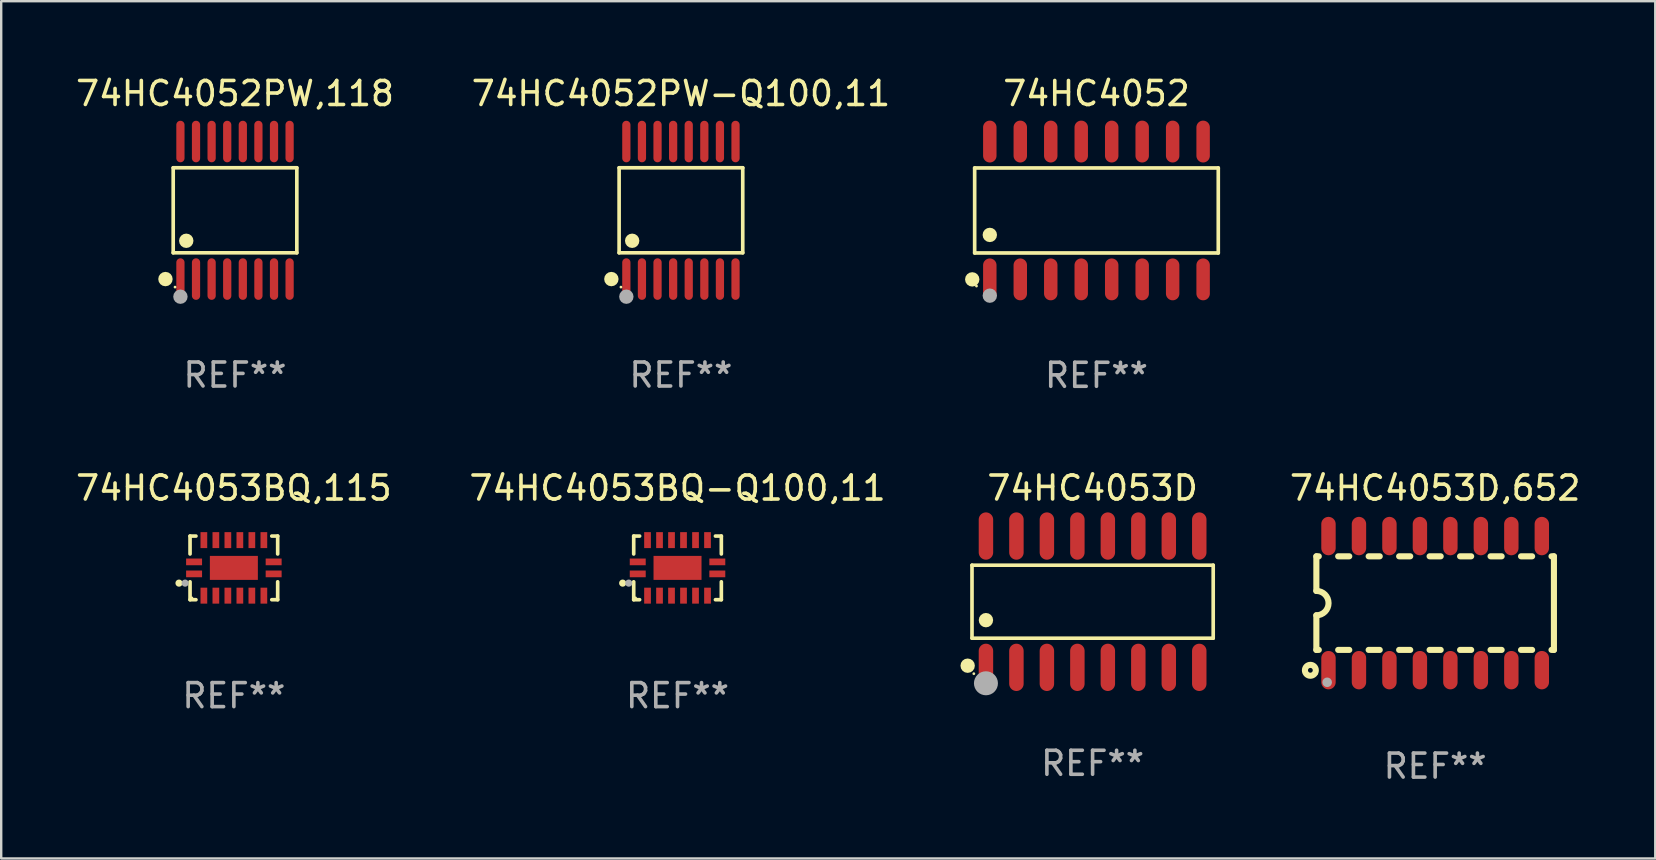
<source format=kicad_pcb>
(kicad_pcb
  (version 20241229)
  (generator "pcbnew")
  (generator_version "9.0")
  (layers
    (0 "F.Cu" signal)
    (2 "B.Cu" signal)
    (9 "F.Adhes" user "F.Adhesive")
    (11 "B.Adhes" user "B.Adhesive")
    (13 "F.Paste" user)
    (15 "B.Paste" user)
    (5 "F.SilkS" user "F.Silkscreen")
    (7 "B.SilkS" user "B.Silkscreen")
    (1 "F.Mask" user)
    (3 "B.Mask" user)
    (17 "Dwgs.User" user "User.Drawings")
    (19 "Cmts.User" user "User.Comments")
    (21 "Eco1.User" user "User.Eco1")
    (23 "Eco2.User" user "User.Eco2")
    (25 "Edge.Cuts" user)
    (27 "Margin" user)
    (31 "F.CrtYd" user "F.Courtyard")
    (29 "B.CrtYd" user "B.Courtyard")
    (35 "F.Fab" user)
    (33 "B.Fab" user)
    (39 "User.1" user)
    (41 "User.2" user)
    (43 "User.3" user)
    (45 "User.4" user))
  (footprint "74HC4052"
    (layer "F.Cu")
    (at 42.644 5.721)
    (property "Reference" "74HC4052" (at 0 -4.872 0) (layer "F.SilkS") (effects (font (size 1 1) (thickness 0.15))))
    (attr through_hole)
    (fp_line (start -5.076 -1.771) (end 5.076 -1.771) (stroke (width 0.152) (type solid)) (layer "F.SilkS"))
    (fp_line (start -5.076 1.771) (end -5.076 -1.771) (stroke (width 0.152) (type solid)) (layer "F.SilkS"))
    (fp_line (start 5.076 -1.771) (end 5.076 1.771) (stroke (width 0.152) (type solid)) (layer "F.SilkS"))
    (fp_line (start 5.076 1.771) (end -5.076 1.771) (stroke (width 0.152) (type solid)) (layer "F.SilkS"))
    (fp_circle (center -5.177 2.872) (end -5.027 2.872) (stroke (width 0.3) (type solid)) (fill no) (layer "F.SilkS"))
    (fp_circle (center -5 3.15) (end -4.97 3.15) (stroke (width 0.06) (type solid)) (fill no) (layer "F.SilkS"))
    (fp_circle (center -4.445 1.019) (end -4.295 1.019) (stroke (width 0.3) (type solid)) (fill no) (layer "F.SilkS"))
    (fp_circle (center -4.445 3.55) (end -4.295 3.55) (stroke (width 0.3) (type solid)) (fill no) (layer "F.Fab"))
    (fp_text user "REF**" (at 0 6.872 0) (layer "F.Fab") (effects (font (size 1 1) (thickness 0.15))))
    (pad "1" smd oval (at -4.445 2.872) (size 0.56 1.745) (layers "F.Cu" "F.Mask" "F.Paste"))
    (pad "2" smd oval (at -3.175 2.872) (size 0.56 1.745) (layers "F.Cu" "F.Mask" "F.Paste"))
    (pad "3" smd oval (at -1.905 2.872) (size 0.56 1.745) (layers "F.Cu" "F.Mask" "F.Paste"))
    (pad "4" smd oval (at -0.635 2.872) (size 0.56 1.745) (layers "F.Cu" "F.Mask" "F.Paste"))
    (pad "5" smd oval (at 0.635 2.872) (size 0.56 1.745) (layers "F.Cu" "F.Mask" "F.Paste"))
    (pad "6" smd oval (at 1.905 2.872) (size 0.56 1.745) (layers "F.Cu" "F.Mask" "F.Paste"))
    (pad "7" smd oval (at 3.175 2.872) (size 0.56 1.745) (layers "F.Cu" "F.Mask" "F.Paste"))
    (pad "8" smd oval (at 4.445 2.872) (size 0.56 1.745) (layers "F.Cu" "F.Mask" "F.Paste"))
    (pad "9" smd oval (at 4.445 -2.872) (size 0.56 1.745) (layers "F.Cu" "F.Mask" "F.Paste"))
    (pad "10" smd oval (at 3.175 -2.872) (size 0.56 1.745) (layers "F.Cu" "F.Mask" "F.Paste"))
    (pad "11" smd oval (at 1.905 -2.872) (size 0.56 1.745) (layers "F.Cu" "F.Mask" "F.Paste"))
    (pad "12" smd oval (at 0.635 -2.872) (size 0.56 1.745) (layers "F.Cu" "F.Mask" "F.Paste"))
    (pad "13" smd oval (at -0.635 -2.872) (size 0.56 1.745) (layers "F.Cu" "F.Mask" "F.Paste"))
    (pad "14" smd oval (at -1.905 -2.872) (size 0.56 1.745) (layers "F.Cu" "F.Mask" "F.Paste"))
    (pad "15" smd oval (at -3.175 -2.872) (size 0.56 1.745) (layers "F.Cu" "F.Mask" "F.Paste"))
    (pad "16" smd oval (at -4.445 -2.872) (size 0.56 1.745) (layers "F.Cu" "F.Mask" "F.Paste")))
  (footprint "74HC4053D,652"
    (layer "F.Cu")
    (at 56.758 22.084)
    (property "Reference" "74HC4053D,652" (at 0 -4.794 0) (layer "F.SilkS") (effects (font (size 1 1) (thickness 0.15))))
    (attr through_hole)
    (fp_line (start -4.95 -1.95) (end -4.95 -0.508) (stroke (width 0.254) (type solid)) (layer "F.SilkS"))
    (fp_line (start -4.95 -1.95) (end -4.849 -1.95) (stroke (width 0.254) (type solid)) (layer "F.SilkS"))
    (fp_line (start -4.95 1.95) (end -4.95 0.508) (stroke (width 0.254) (type solid)) (layer "F.SilkS"))
    (fp_line (start -4.95 1.95) (end -4.849 1.95) (stroke (width 0.254) (type solid)) (layer "F.SilkS"))
    (fp_line (start -4.041 -1.95) (end -3.579 -1.95) (stroke (width 0.254) (type solid)) (layer "F.SilkS"))
    (fp_line (start -4.041 1.95) (end -3.579 1.95) (stroke (width 0.254) (type solid)) (layer "F.SilkS"))
    (fp_line (start -2.771 -1.95) (end -2.309 -1.95) (stroke (width 0.254) (type solid)) (layer "F.SilkS"))
    (fp_line (start -2.771 1.95) (end -2.309 1.95) (stroke (width 0.254) (type solid)) (layer "F.SilkS"))
    (fp_line (start -1.501 -1.95) (end -1.039 -1.95) (stroke (width 0.254) (type solid)) (layer "F.SilkS"))
    (fp_line (start -1.501 1.95) (end -1.039 1.95) (stroke (width 0.254) (type solid)) (layer "F.SilkS"))
    (fp_line (start -0.231 -1.95) (end 0.231 -1.95) (stroke (width 0.254) (type solid)) (layer "F.SilkS"))
    (fp_line (start -0.231 1.95) (end 0.231 1.95) (stroke (width 0.254) (type solid)) (layer "F.SilkS"))
    (fp_line (start 1.039 -1.95) (end 1.501 -1.95) (stroke (width 0.254) (type solid)) (layer "F.SilkS"))
    (fp_line (start 1.039 1.95) (end 1.501 1.95) (stroke (width 0.254) (type solid)) (layer "F.SilkS"))
    (fp_line (start 2.309 -1.95) (end 2.771 -1.95) (stroke (width 0.254) (type solid)) (layer "F.SilkS"))
    (fp_line (start 2.309 1.95) (end 2.771 1.95) (stroke (width 0.254) (type solid)) (layer "F.SilkS"))
    (fp_line (start 3.579 -1.95) (end 4.041 -1.95) (stroke (width 0.254) (type solid)) (layer "F.SilkS"))
    (fp_line (start 3.579 1.95) (end 4.041 1.95) (stroke (width 0.254) (type solid)) (layer "F.SilkS"))
    (fp_line (start 4.849 -1.95) (end 4.95 -1.95) (stroke (width 0.254) (type solid)) (layer "F.SilkS"))
    (fp_line (start 4.849 1.95) (end 4.95 1.95) (stroke (width 0.254) (type solid)) (layer "F.SilkS"))
    (fp_line (start 4.95 -1.95) (end 4.95 1.95) (stroke (width 0.254) (type solid)) (layer "F.SilkS"))
    (fp_arc (start -4.95047 -0.508001) (mid -4.442469 -0.000228) (end -4.950013 0.508001) (stroke (width 0.254001) (type solid)) (layer "F.SilkS"))
    (fp_circle (center -5.2 2.8) (end -5.1 2.8) (stroke (width 0.254) (type solid)) (fill no) (layer "F.SilkS"))
    (fp_circle (center -4.95 2.947) (end -4.92 2.947) (stroke (width 0.06) (type solid)) (fill no) (layer "F.SilkS"))
    (fp_circle (center -4.5 3.3) (end -4.4 3.3) (stroke (width 0.2) (type solid)) (fill no) (layer "F.Fab"))
    (fp_text user "REF**" (at 0 6.794 0) (layer "F.Fab") (effects (font (size 1 1) (thickness 0.15))))
    (pad "1" smd oval (at -4.445 2.794) (size 0.6 1.6) (layers "F.Cu" "F.Mask" "F.Paste"))
    (pad "2" smd oval (at -3.175 2.794) (size 0.6 1.6) (layers "F.Cu" "F.Mask" "F.Paste"))
    (pad "3" smd oval (at -1.905 2.794) (size 0.6 1.6) (layers "F.Cu" "F.Mask" "F.Paste"))
    (pad "4" smd oval (at -0.635 2.794) (size 0.6 1.6) (layers "F.Cu" "F.Mask" "F.Paste"))
    (pad "5" smd oval (at 0.635 2.794) (size 0.6 1.6) (layers "F.Cu" "F.Mask" "F.Paste"))
    (pad "6" smd oval (at 1.905 2.794) (size 0.6 1.6) (layers "F.Cu" "F.Mask" "F.Paste"))
    (pad "7" smd oval (at 3.175 2.794) (size 0.6 1.6) (layers "F.Cu" "F.Mask" "F.Paste"))
    (pad "8" smd oval (at 4.445 2.794) (size 0.6 1.6) (layers "F.Cu" "F.Mask" "F.Paste"))
    (pad "9" smd oval (at 4.445 -2.794) (size 0.6 1.6) (layers "F.Cu" "F.Mask" "F.Paste"))
    (pad "10" smd oval (at 3.175 -2.794) (size 0.6 1.6) (layers "F.Cu" "F.Mask" "F.Paste"))
    (pad "11" smd oval (at 1.905 -2.794) (size 0.6 1.6) (layers "F.Cu" "F.Mask" "F.Paste"))
    (pad "12" smd oval (at 0.635 -2.794) (size 0.6 1.6) (layers "F.Cu" "F.Mask" "F.Paste"))
    (pad "13" smd oval (at -0.635 -2.794) (size 0.6 1.6) (layers "F.Cu" "F.Mask" "F.Paste"))
    (pad "14" smd oval (at -1.905 -2.794) (size 0.6 1.6) (layers "F.Cu" "F.Mask" "F.Paste"))
    (pad "15" smd oval (at -3.175 -2.794) (size 0.6 1.6) (layers "F.Cu" "F.Mask" "F.Paste"))
    (pad "16" smd oval (at -4.445 -2.794) (size 0.6 1.6) (layers "F.Cu" "F.Mask" "F.Paste")))
  (footprint "74HC4052PW,118"
    (layer "F.Cu")
    (at 6.744 5.714)
    (property "Reference" "74HC4052PW,118" (at 0 -4.866 0) (layer "F.SilkS") (effects (font (size 1 1) (thickness 0.15))))
    (attr through_hole)
    (fp_line (start -2.576 -1.772) (end 2.576 -1.772) (stroke (width 0.152) (type solid)) (layer "F.SilkS"))
    (fp_line (start -2.576 1.771) (end -2.576 -1.772) (stroke (width 0.152) (type solid)) (layer "F.SilkS"))
    (fp_line (start 2.576 -1.772) (end 2.576 1.771) (stroke (width 0.152) (type solid)) (layer "F.SilkS"))
    (fp_line (start 2.576 1.771) (end -2.576 1.771) (stroke (width 0.152) (type solid)) (layer "F.SilkS"))
    (fp_circle (center -2.899 2.866) (end -2.749 2.866) (stroke (width 0.3) (type solid)) (fill no) (layer "F.SilkS"))
    (fp_circle (center -2.5 3.2) (end -2.47 3.2) (stroke (width 0.06) (type solid)) (fill no) (layer "F.SilkS"))
    (fp_circle (center -2.032 1.27) (end -1.882 1.27) (stroke (width 0.3) (type solid)) (fill no) (layer "F.SilkS"))
    (fp_circle (center -2.275 3.6) (end -2.125 3.6) (stroke (width 0.3) (type solid)) (fill no) (layer "F.Fab"))
    (fp_text user "REF**" (at 0 6.866 0) (layer "F.Fab") (effects (font (size 1 1) (thickness 0.15))))
    (pad "1" smd oval (at -2.275 2.866) (size 0.343 1.731) (layers "F.Cu" "F.Mask" "F.Paste"))
    (pad "2" smd oval (at -1.625 2.866) (size 0.343 1.731) (layers "F.Cu" "F.Mask" "F.Paste"))
    (pad "3" smd oval (at -0.975 2.866) (size 0.343 1.731) (layers "F.Cu" "F.Mask" "F.Paste"))
    (pad "4" smd oval (at -0.325 2.866) (size 0.343 1.731) (layers "F.Cu" "F.Mask" "F.Paste"))
    (pad "5" smd oval (at 0.325 2.866) (size 0.343 1.731) (layers "F.Cu" "F.Mask" "F.Paste"))
    (pad "6" smd oval (at 0.975 2.866) (size 0.343 1.731) (layers "F.Cu" "F.Mask" "F.Paste"))
    (pad "7" smd oval (at 1.625 2.866) (size 0.343 1.731) (layers "F.Cu" "F.Mask" "F.Paste"))
    (pad "8" smd oval (at 2.275 2.866) (size 0.343 1.731) (layers "F.Cu" "F.Mask" "F.Paste"))
    (pad "9" smd oval (at 2.275 -2.866) (size 0.343 1.731) (layers "F.Cu" "F.Mask" "F.Paste"))
    (pad "10" smd oval (at 1.625 -2.866) (size 0.343 1.731) (layers "F.Cu" "F.Mask" "F.Paste"))
    (pad "11" smd oval (at 0.975 -2.866) (size 0.343 1.731) (layers "F.Cu" "F.Mask" "F.Paste"))
    (pad "12" smd oval (at 0.325 -2.866) (size 0.343 1.731) (layers "F.Cu" "F.Mask" "F.Paste"))
    (pad "13" smd oval (at -0.325 -2.866) (size 0.343 1.731) (layers "F.Cu" "F.Mask" "F.Paste"))
    (pad "14" smd oval (at -0.975 -2.866) (size 0.343 1.731) (layers "F.Cu" "F.Mask" "F.Paste"))
    (pad "15" smd oval (at -1.625 -2.866) (size 0.343 1.731) (layers "F.Cu" "F.Mask" "F.Paste"))
    (pad "16" smd oval (at -2.275 -2.866) (size 0.343 1.731) (layers "F.Cu" "F.Mask" "F.Paste")))
  (footprint "74HC4053D"
    (layer "F.Cu")
    (at 42.483 22.025)
    (property "Reference" "74HC4053D" (at 0 -4.736 0) (layer "F.SilkS") (effects (font (size 1 1) (thickness 0.15))))
    (attr through_hole)
    (fp_line (start -5.026 -1.521) (end 5.026 -1.521) (stroke (width 0.152) (type solid)) (layer "F.SilkS"))
    (fp_line (start -5.026 1.521) (end -5.026 -1.521) (stroke (width 0.152) (type solid)) (layer "F.SilkS"))
    (fp_line (start 5.026 -1.521) (end 5.026 1.521) (stroke (width 0.152) (type solid)) (layer "F.SilkS"))
    (fp_line (start 5.026 1.521) (end -5.026 1.521) (stroke (width 0.152) (type solid)) (layer "F.SilkS"))
    (fp_circle (center -5.207 2.667) (end -5.057 2.667) (stroke (width 0.3) (type solid)) (fill no) (layer "F.SilkS"))
    (fp_circle (center -4.95 3) (end -4.92 3) (stroke (width 0.06) (type solid)) (fill no) (layer "F.SilkS"))
    (fp_circle (center -4.445 0.769) (end -4.295 0.769) (stroke (width 0.3) (type solid)) (fill no) (layer "F.SilkS"))
    (fp_circle (center -4.445 3.4) (end -4.195 3.4) (stroke (width 0.5) (type solid)) (fill no) (layer "F.Fab"))
    (fp_text user "REF**" (at 0 6.736 0) (layer "F.Fab") (effects (font (size 1 1) (thickness 0.15))))
    (pad "1" smd oval (at -4.445 2.736) (size 0.602 1.971) (layers "F.Cu" "F.Mask" "F.Paste"))
    (pad "2" smd oval (at -3.175 2.736) (size 0.602 1.971) (layers "F.Cu" "F.Mask" "F.Paste"))
    (pad "3" smd oval (at -1.905 2.736) (size 0.602 1.971) (layers "F.Cu" "F.Mask" "F.Paste"))
    (pad "4" smd oval (at -0.635 2.736) (size 0.602 1.971) (layers "F.Cu" "F.Mask" "F.Paste"))
    (pad "5" smd oval (at 0.635 2.736) (size 0.602 1.971) (layers "F.Cu" "F.Mask" "F.Paste"))
    (pad "6" smd oval (at 1.905 2.736) (size 0.602 1.971) (layers "F.Cu" "F.Mask" "F.Paste"))
    (pad "7" smd oval (at 3.175 2.736) (size 0.602 1.971) (layers "F.Cu" "F.Mask" "F.Paste"))
    (pad "8" smd oval (at 4.445 2.736) (size 0.602 1.971) (layers "F.Cu" "F.Mask" "F.Paste"))
    (pad "9" smd oval (at 4.445 -2.736) (size 0.602 1.971) (layers "F.Cu" "F.Mask" "F.Paste"))
    (pad "10" smd oval (at 3.175 -2.736) (size 0.602 1.971) (layers "F.Cu" "F.Mask" "F.Paste"))
    (pad "11" smd oval (at 1.905 -2.736) (size 0.602 1.971) (layers "F.Cu" "F.Mask" "F.Paste"))
    (pad "12" smd oval (at 0.635 -2.736) (size 0.602 1.971) (layers "F.Cu" "F.Mask" "F.Paste"))
    (pad "13" smd oval (at -0.635 -2.736) (size 0.602 1.971) (layers "F.Cu" "F.Mask" "F.Paste"))
    (pad "14" smd oval (at -1.905 -2.736) (size 0.602 1.971) (layers "F.Cu" "F.Mask" "F.Paste"))
    (pad "15" smd oval (at -3.175 -2.736) (size 0.602 1.971) (layers "F.Cu" "F.Mask" "F.Paste"))
    (pad "16" smd oval (at -4.445 -2.736) (size 0.602 1.971) (layers "F.Cu" "F.Mask" "F.Paste")))
  (footprint "74HC4053BQ-Q100,11"
    (layer "F.Cu")
    (at 25.185 20.616)
    (property "Reference" "74HC4053BQ-Q100,11" (at 0 -3.326 0) (layer "F.SilkS") (effects (font (size 1 1) (thickness 0.15))))
    (attr through_hole)
    (fp_line (start -1.826 -1.326) (end -1.58 -1.326) (stroke (width 0.152) (type solid)) (layer "F.SilkS"))
    (fp_line (start -1.826 -0.58) (end -1.826 -1.326) (stroke (width 0.152) (type solid)) (layer "F.SilkS"))
    (fp_line (start -1.826 0.58) (end -1.826 1.326) (stroke (width 0.152) (type solid)) (layer "F.SilkS"))
    (fp_line (start -1.826 1.326) (end -1.58 1.326) (stroke (width 0.152) (type solid)) (layer "F.SilkS"))
    (fp_line (start 1.826 -1.326) (end 1.58 -1.326) (stroke (width 0.152) (type solid)) (layer "F.SilkS"))
    (fp_line (start 1.826 -0.58) (end 1.826 -1.326) (stroke (width 0.152) (type solid)) (layer "F.SilkS"))
    (fp_line (start 1.826 0.58) (end 1.826 1.326) (stroke (width 0.152) (type solid)) (layer "F.SilkS"))
    (fp_line (start 1.826 1.326) (end 1.58 1.326) (stroke (width 0.152) (type solid)) (layer "F.SilkS"))
    (fp_circle (center -2.286 0.635) (end -2.211 0.635) (stroke (width 0.15) (type solid)) (fill no) (layer "F.SilkS"))
    (fp_circle (center -1.75 1.25) (end -1.72 1.25) (stroke (width 0.06) (type solid)) (fill no) (layer "F.SilkS"))
    (fp_circle (center -2.032 0.635) (end -1.957 0.635) (stroke (width 0.15) (type solid)) (fill no) (layer "F.Fab"))
    (fp_text user "REF**" (at 0 5.326 0) (layer "F.Fab") (effects (font (size 1 1) (thickness 0.15))))
    (pad "1" smd rect (at -1.658 0.25) (size 0.665 0.28) (layers "F.Cu" "F.Mask" "F.Paste"))
    (pad "2" smd rect (at -1.25 1.157) (size 0.28 0.665) (layers "F.Cu" "F.Mask" "F.Paste"))
    (pad "3" smd rect (at -0.75 1.157) (size 0.28 0.665) (layers "F.Cu" "F.Mask" "F.Paste"))
    (pad "4" smd rect (at -0.25 1.157) (size 0.28 0.665) (layers "F.Cu" "F.Mask" "F.Paste"))
    (pad "5" smd rect (at 0.25 1.157) (size 0.28 0.665) (layers "F.Cu" "F.Mask" "F.Paste"))
    (pad "6" smd rect (at 0.75 1.157) (size 0.28 0.665) (layers "F.Cu" "F.Mask" "F.Paste"))
    (pad "7" smd rect (at 1.25 1.157) (size 0.28 0.665) (layers "F.Cu" "F.Mask" "F.Paste"))
    (pad "8" smd rect (at 1.658 0.25) (size 0.665 0.28) (layers "F.Cu" "F.Mask" "F.Paste"))
    (pad "9" smd rect (at 1.658 -0.25) (size 0.665 0.28) (layers "F.Cu" "F.Mask" "F.Paste"))
    (pad "10" smd rect (at 1.25 -1.157) (size 0.28 0.665) (layers "F.Cu" "F.Mask" "F.Paste"))
    (pad "11" smd rect (at 0.75 -1.157) (size 0.28 0.665) (layers "F.Cu" "F.Mask" "F.Paste"))
    (pad "12" smd rect (at 0.25 -1.157) (size 0.28 0.665) (layers "F.Cu" "F.Mask" "F.Paste"))
    (pad "13" smd rect (at -0.25 -1.157) (size 0.28 0.665) (layers "F.Cu" "F.Mask" "F.Paste"))
    (pad "14" smd rect (at -0.75 -1.157) (size 0.28 0.665) (layers "F.Cu" "F.Mask" "F.Paste"))
    (pad "15" smd rect (at -1.25 -1.157) (size 0.28 0.665) (layers "F.Cu" "F.Mask" "F.Paste"))
    (pad "16" smd rect (at -1.658 -0.25) (size 0.665 0.28) (layers "F.Cu" "F.Mask" "F.Paste"))
    (pad "17" smd rect (at 0 0) (size 2 1) (layers "F.Cu" "F.Mask" "F.Paste")))
  (footprint "74HC4053BQ,115"
    (layer "F.Cu")
    (at 6.696 20.616)
    (property "Reference" "74HC4053BQ,115" (at 0 -3.326 0) (layer "F.SilkS") (effects (font (size 1 1) (thickness 0.15))))
    (attr through_hole)
    (fp_line (start -1.826 -1.326) (end -1.58 -1.326) (stroke (width 0.152) (type solid)) (layer "F.SilkS"))
    (fp_line (start -1.826 -0.58) (end -1.826 -1.326) (stroke (width 0.152) (type solid)) (layer "F.SilkS"))
    (fp_line (start -1.826 0.58) (end -1.826 1.326) (stroke (width 0.152) (type solid)) (layer "F.SilkS"))
    (fp_line (start -1.826 1.326) (end -1.58 1.326) (stroke (width 0.152) (type solid)) (layer "F.SilkS"))
    (fp_line (start 1.826 -1.326) (end 1.58 -1.326) (stroke (width 0.152) (type solid)) (layer "F.SilkS"))
    (fp_line (start 1.826 -0.58) (end 1.826 -1.326) (stroke (width 0.152) (type solid)) (layer "F.SilkS"))
    (fp_line (start 1.826 0.58) (end 1.826 1.326) (stroke (width 0.152) (type solid)) (layer "F.SilkS"))
    (fp_line (start 1.826 1.326) (end 1.58 1.326) (stroke (width 0.152) (type solid)) (layer "F.SilkS"))
    (fp_circle (center -2.286 0.635) (end -2.211 0.635) (stroke (width 0.15) (type solid)) (fill no) (layer "F.SilkS"))
    (fp_circle (center -1.75 1.25) (end -1.72 1.25) (stroke (width 0.06) (type solid)) (fill no) (layer "F.SilkS"))
    (fp_circle (center -2.032 0.635) (end -1.957 0.635) (stroke (width 0.15) (type solid)) (fill no) (layer "F.Fab"))
    (fp_text user "REF**" (at 0 5.326 0) (layer "F.Fab") (effects (font (size 1 1) (thickness 0.15))))
    (pad "1" smd rect (at -1.658 0.25) (size 0.665 0.28) (layers "F.Cu" "F.Mask" "F.Paste"))
    (pad "2" smd rect (at -1.25 1.157) (size 0.28 0.665) (layers "F.Cu" "F.Mask" "F.Paste"))
    (pad "3" smd rect (at -0.75 1.157) (size 0.28 0.665) (layers "F.Cu" "F.Mask" "F.Paste"))
    (pad "4" smd rect (at -0.25 1.157) (size 0.28 0.665) (layers "F.Cu" "F.Mask" "F.Paste"))
    (pad "5" smd rect (at 0.25 1.157) (size 0.28 0.665) (layers "F.Cu" "F.Mask" "F.Paste"))
    (pad "6" smd rect (at 0.75 1.157) (size 0.28 0.665) (layers "F.Cu" "F.Mask" "F.Paste"))
    (pad "7" smd rect (at 1.25 1.157) (size 0.28 0.665) (layers "F.Cu" "F.Mask" "F.Paste"))
    (pad "8" smd rect (at 1.658 0.25) (size 0.665 0.28) (layers "F.Cu" "F.Mask" "F.Paste"))
    (pad "9" smd rect (at 1.658 -0.25) (size 0.665 0.28) (layers "F.Cu" "F.Mask" "F.Paste"))
    (pad "10" smd rect (at 1.25 -1.157) (size 0.28 0.665) (layers "F.Cu" "F.Mask" "F.Paste"))
    (pad "11" smd rect (at 0.75 -1.157) (size 0.28 0.665) (layers "F.Cu" "F.Mask" "F.Paste"))
    (pad "12" smd rect (at 0.25 -1.157) (size 0.28 0.665) (layers "F.Cu" "F.Mask" "F.Paste"))
    (pad "13" smd rect (at -0.25 -1.157) (size 0.28 0.665) (layers "F.Cu" "F.Mask" "F.Paste"))
    (pad "14" smd rect (at -0.75 -1.157) (size 0.28 0.665) (layers "F.Cu" "F.Mask" "F.Paste"))
    (pad "15" smd rect (at -1.25 -1.157) (size 0.28 0.665) (layers "F.Cu" "F.Mask" "F.Paste"))
    (pad "16" smd rect (at -1.658 -0.25) (size 0.665 0.28) (layers "F.Cu" "F.Mask" "F.Paste"))
    (pad "17" smd rect (at 0 0) (size 2 1) (layers "F.Cu" "F.Mask" "F.Paste")))
  (footprint "74HC4052PW-Q100,11"
    (layer "F.Cu")
    (at 25.327 5.714)
    (property "Reference" "74HC4052PW-Q100,11" (at 0 -4.866 0) (layer "F.SilkS") (effects (font (size 1 1) (thickness 0.15))))
    (attr through_hole)
    (fp_line (start -2.576 -1.772) (end 2.576 -1.772) (stroke (width 0.152) (type solid)) (layer "F.SilkS"))
    (fp_line (start -2.576 1.771) (end -2.576 -1.772) (stroke (width 0.152) (type solid)) (layer "F.SilkS"))
    (fp_line (start 2.576 -1.772) (end 2.576 1.771) (stroke (width 0.152) (type solid)) (layer "F.SilkS"))
    (fp_line (start 2.576 1.771) (end -2.576 1.771) (stroke (width 0.152) (type solid)) (layer "F.SilkS"))
    (fp_circle (center -2.899 2.866) (end -2.749 2.866) (stroke (width 0.3) (type solid)) (fill no) (layer "F.SilkS"))
    (fp_circle (center -2.5 3.2) (end -2.47 3.2) (stroke (width 0.06) (type solid)) (fill no) (layer "F.SilkS"))
    (fp_circle (center -2.032 1.27) (end -1.882 1.27) (stroke (width 0.3) (type solid)) (fill no) (layer "F.SilkS"))
    (fp_circle (center -2.275 3.6) (end -2.125 3.6) (stroke (width 0.3) (type solid)) (fill no) (layer "F.Fab"))
    (fp_text user "REF**" (at 0 6.866 0) (layer "F.Fab") (effects (font (size 1 1) (thickness 0.15))))
    (pad "1" smd oval (at -2.275 2.866) (size 0.343 1.731) (layers "F.Cu" "F.Mask" "F.Paste"))
    (pad "2" smd oval (at -1.625 2.866) (size 0.343 1.731) (layers "F.Cu" "F.Mask" "F.Paste"))
    (pad "3" smd oval (at -0.975 2.866) (size 0.343 1.731) (layers "F.Cu" "F.Mask" "F.Paste"))
    (pad "4" smd oval (at -0.325 2.866) (size 0.343 1.731) (layers "F.Cu" "F.Mask" "F.Paste"))
    (pad "5" smd oval (at 0.325 2.866) (size 0.343 1.731) (layers "F.Cu" "F.Mask" "F.Paste"))
    (pad "6" smd oval (at 0.975 2.866) (size 0.343 1.731) (layers "F.Cu" "F.Mask" "F.Paste"))
    (pad "7" smd oval (at 1.625 2.866) (size 0.343 1.731) (layers "F.Cu" "F.Mask" "F.Paste"))
    (pad "8" smd oval (at 2.275 2.866) (size 0.343 1.731) (layers "F.Cu" "F.Mask" "F.Paste"))
    (pad "9" smd oval (at 2.275 -2.866) (size 0.343 1.731) (layers "F.Cu" "F.Mask" "F.Paste"))
    (pad "10" smd oval (at 1.625 -2.866) (size 0.343 1.731) (layers "F.Cu" "F.Mask" "F.Paste"))
    (pad "11" smd oval (at 0.975 -2.866) (size 0.343 1.731) (layers "F.Cu" "F.Mask" "F.Paste"))
    (pad "12" smd oval (at 0.325 -2.866) (size 0.343 1.731) (layers "F.Cu" "F.Mask" "F.Paste"))
    (pad "13" smd oval (at -0.325 -2.866) (size 0.343 1.731) (layers "F.Cu" "F.Mask" "F.Paste"))
    (pad "14" smd oval (at -0.975 -2.866) (size 0.343 1.731) (layers "F.Cu" "F.Mask" "F.Paste"))
    (pad "15" smd oval (at -1.625 -2.866) (size 0.343 1.731) (layers "F.Cu" "F.Mask" "F.Paste"))
    (pad "16" smd oval (at -2.275 -2.866) (size 0.343 1.731) (layers "F.Cu" "F.Mask" "F.Paste")))
  (gr_rect
    (start -3 -3)
    (end 65.931 32.726)
    (stroke (width 0.1) (type default))
    (fill no)
    (layer "Edge.Cuts")))
</source>
